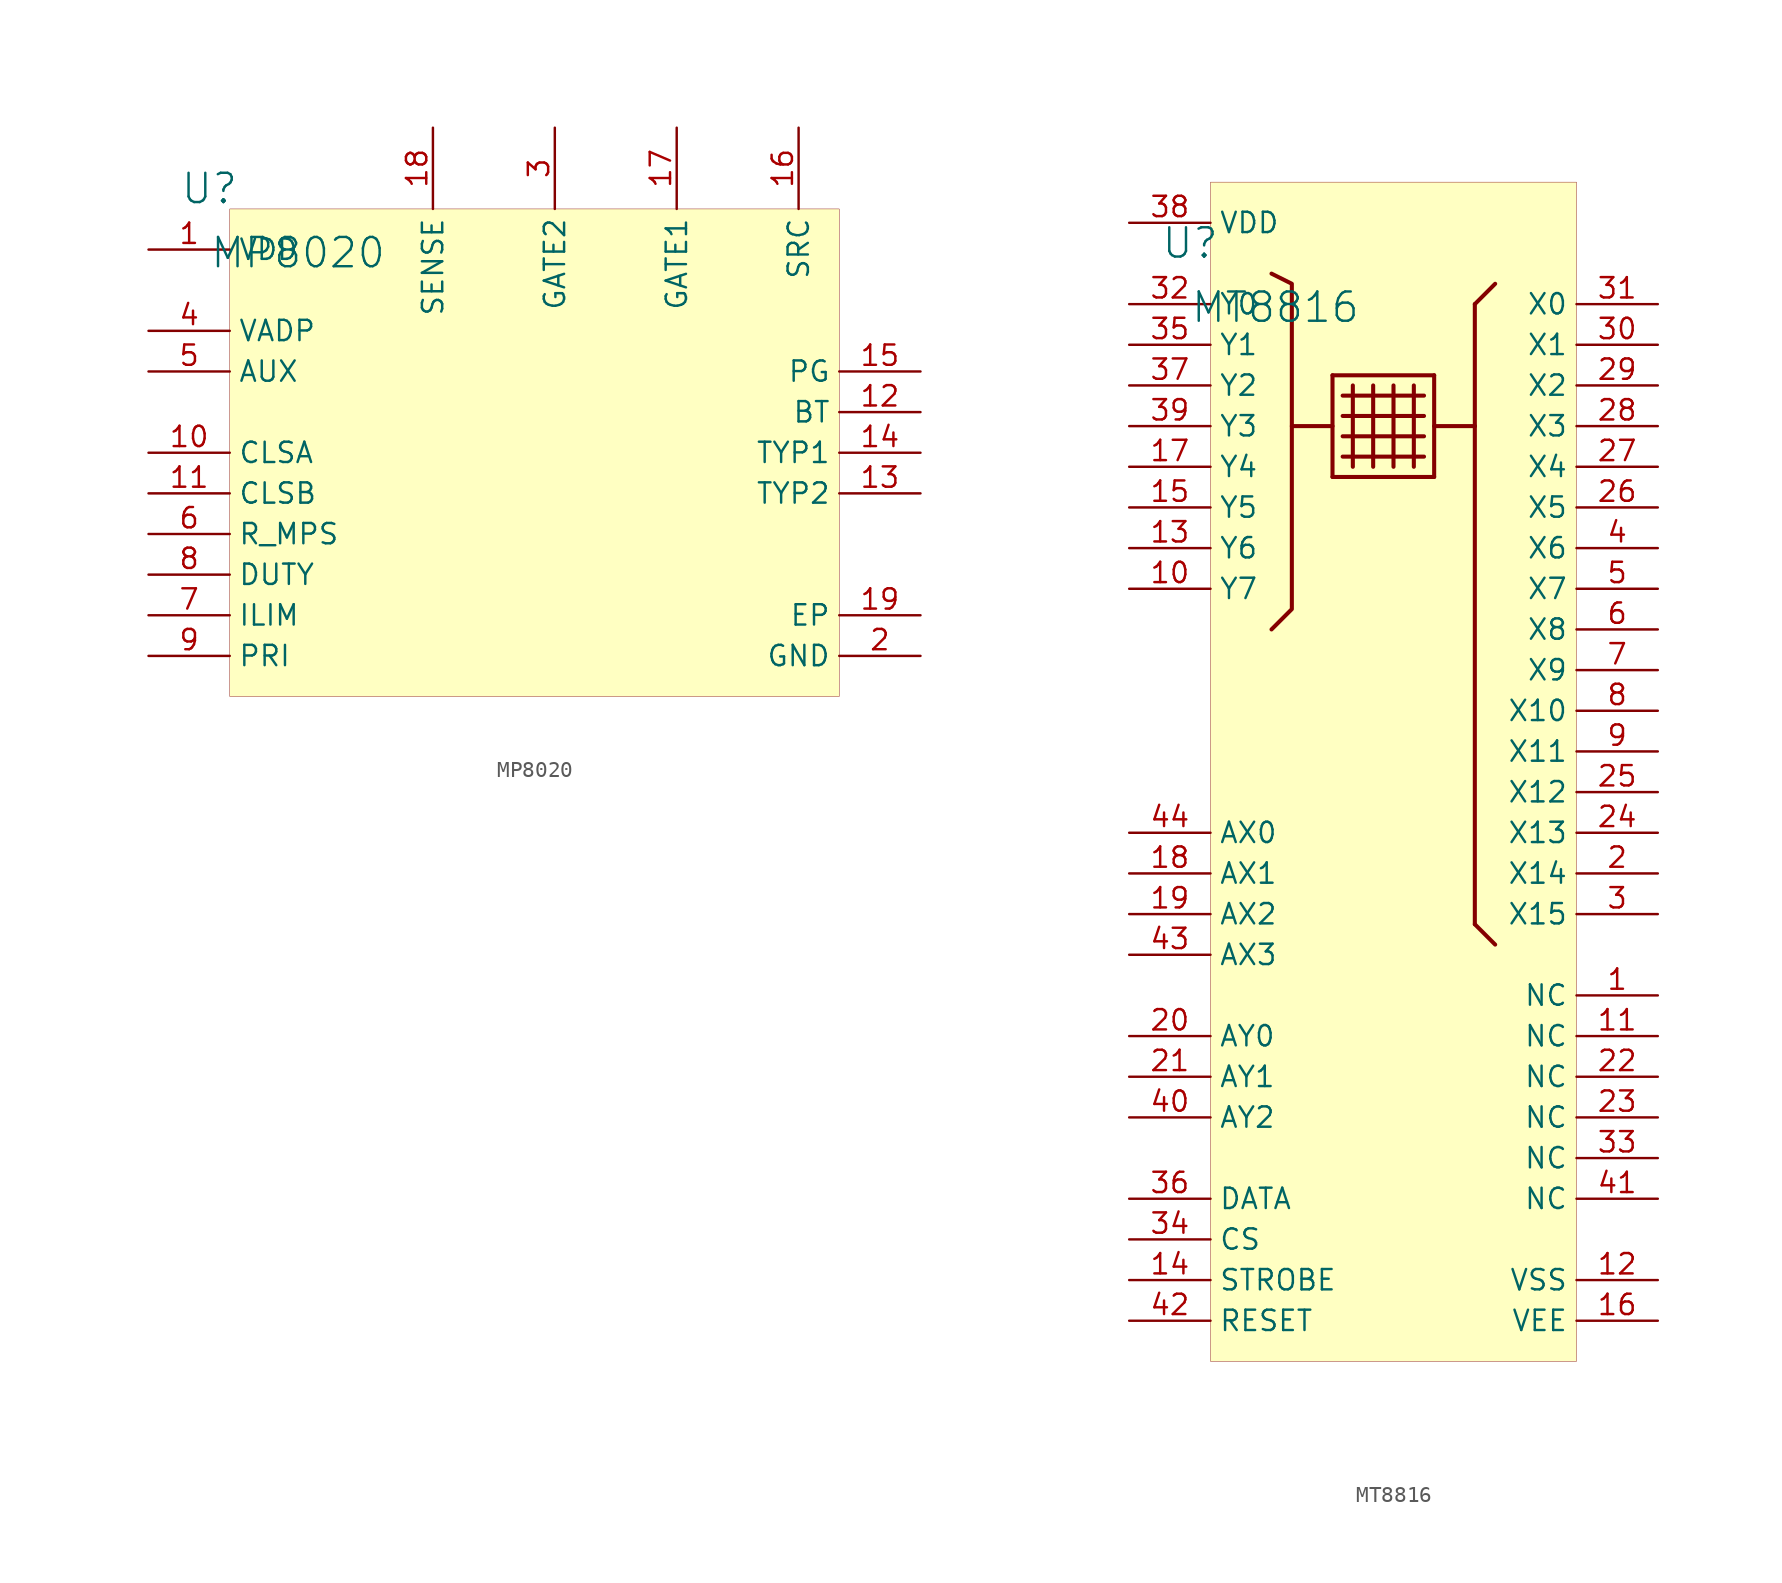
<source format=kicad_sym>
(kicad_symbol_lib
  (version 20231120)
  (generator "kicad_symbol_editor")
  (generator_version "8.0")
  (symbol "MP8020"
    (property "Reference" "U"
      (at -1.27 1.27 0)
      (effects (font (size 1.829 1.829))))
    (property "Value" "MP8020"
      (at -1.27 -3.81 0)
      (effects (font (size 1.829 1.829)) (justify left bottom)))
    (symbol "MP8020_1_0"
      (rectangle (start 38.1 0) (end 0 -30.48) (stroke (width 0.025) (type solid) (color 128 0 0 1)) (fill (type background)))
      (pin passive line (at -5.08 -2.54 0) (length 5.08) (name "VDD" (effects (font (size 1.27 1.27)))) (number "1" (effects (font (size 1.27 1.27)))))
      (pin passive line (at -5.08 -15.24 0) (length 5.08) (name "CLSA" (effects (font (size 1.27 1.27)))) (number "10" (effects (font (size 1.27 1.27)))))
      (pin passive line (at -5.08 -17.78 0) (length 5.08) (name "CLSB" (effects (font (size 1.27 1.27)))) (number "11" (effects (font (size 1.27 1.27)))))
      (pin passive line (at 43.18 -12.7 180) (length 5.08) (name "BT" (effects (font (size 1.27 1.27)))) (number "12" (effects (font (size 1.27 1.27)))))
      (pin passive line (at 43.18 -17.78 180) (length 5.08) (name "TYP2" (effects (font (size 1.27 1.27)))) (number "13" (effects (font (size 1.27 1.27)))))
      (pin passive line (at 43.18 -15.24 180) (length 5.08) (name "TYP1" (effects (font (size 1.27 1.27)))) (number "14" (effects (font (size 1.27 1.27)))))
      (pin passive line (at 43.18 -10.16 180) (length 5.08) (name "PG" (effects (font (size 1.27 1.27)))) (number "15" (effects (font (size 1.27 1.27)))))
      (pin passive line (at 35.56 5.08 270) (length 5.08) (name "SRC" (effects (font (size 1.27 1.27)))) (number "16" (effects (font (size 1.27 1.27)))))
      (pin passive line (at 27.94 5.08 270) (length 5.08) (name "GATE1" (effects (font (size 1.27 1.27)))) (number "17" (effects (font (size 1.27 1.27)))))
      (pin passive line (at 12.7 5.08 270) (length 5.08) (name "SENSE" (effects (font (size 1.27 1.27)))) (number "18" (effects (font (size 1.27 1.27)))))
      (pin passive line (at 43.18 -25.4 180) (length 5.08) (name "EP" (effects (font (size 1.27 1.27)))) (number "19" (effects (font (size 1.27 1.27)))))
      (pin passive line (at 43.18 -27.94 180) (length 5.08) (name "GND" (effects (font (size 1.27 1.27)))) (number "2" (effects (font (size 1.27 1.27)))))
      (pin passive line (at 20.32 5.08 270) (length 5.08) (name "GATE2" (effects (font (size 1.27 1.27)))) (number "3" (effects (font (size 1.27 1.27)))))
      (pin passive line (at -5.08 -7.62 0) (length 5.08) (name "VADP" (effects (font (size 1.27 1.27)))) (number "4" (effects (font (size 1.27 1.27)))))
      (pin passive line (at -5.08 -10.16 0) (length 5.08) (name "AUX" (effects (font (size 1.27 1.27)))) (number "5" (effects (font (size 1.27 1.27)))))
      (pin passive line (at -5.08 -20.32 0) (length 5.08) (name "R_MPS" (effects (font (size 1.27 1.27)))) (number "6" (effects (font (size 1.27 1.27)))))
      (pin passive line (at -5.08 -25.4 0) (length 5.08) (name "ILIM" (effects (font (size 1.27 1.27)))) (number "7" (effects (font (size 1.27 1.27)))))
      (pin passive line (at -5.08 -22.86 0) (length 5.08) (name "DUTY" (effects (font (size 1.27 1.27)))) (number "8" (effects (font (size 1.27 1.27)))))
      (pin passive line (at -5.08 -27.94 0) (length 5.08) (name "PRI" (effects (font (size 1.27 1.27)))) (number "9" (effects (font (size 1.27 1.27)))))))
  (symbol "MT8816"
    (property "Reference" "U"
      (at -1.27 1.27 0)
      (effects (font (size 1.829 1.829))))
    (property "Value" "MT8816"
      (at -1.27 -3.81 0)
      (effects (font (size 1.829 1.829)) (justify left bottom)))
    (symbol "MT8816_1_0"
      (polyline (pts (xy 5.08 -10.16) (xy 7.62 -10.16)) (stroke (width 0.254) (type solid)) (fill (type none)))
      (polyline (pts (xy 7.62 -13.335) (xy 7.62 -6.985)) (stroke (width 0.254) (type solid)) (fill (type none)))
      (polyline (pts (xy 7.62 -6.985) (xy 13.97 -6.985)) (stroke (width 0.254) (type solid)) (fill (type none)))
      (polyline (pts (xy 8.255 -10.795) (xy 13.335 -10.795)) (stroke (width 0.254) (type solid)) (fill (type none)))
      (polyline (pts (xy 8.255 -8.255) (xy 13.335 -8.255)) (stroke (width 0.254) (type solid)) (fill (type none)))
      (polyline (pts (xy 8.89 -7.62) (xy 8.89 -12.7)) (stroke (width 0.254) (type solid)) (fill (type none)))
      (polyline (pts (xy 10.16 -7.62) (xy 10.16 -12.7)) (stroke (width 0.254) (type solid)) (fill (type none)))
      (polyline (pts (xy 11.43 -7.62) (xy 11.43 -12.7)) (stroke (width 0.254) (type solid)) (fill (type none)))
      (polyline (pts (xy 12.7 -7.62) (xy 12.7 -12.7)) (stroke (width 0.254) (type solid)) (fill (type none)))
      (polyline (pts (xy 13.335 -12.065) (xy 8.255 -12.065)) (stroke (width 0.254) (type solid)) (fill (type none)))
      (polyline (pts (xy 13.335 -9.525) (xy 8.255 -9.525)) (stroke (width 0.254) (type solid)) (fill (type none)))
      (polyline (pts (xy 13.97 -13.335) (xy 7.62 -13.335)) (stroke (width 0.254) (type solid)) (fill (type none)))
      (polyline (pts (xy 13.97 -10.16) (xy 16.51 -10.16)) (stroke (width 0.254) (type solid)) (fill (type none)))
      (polyline (pts (xy 13.97 -6.985) (xy 13.97 -13.335)) (stroke (width 0.254) (type solid)) (fill (type none)))
      (polyline (pts (xy 16.51 -41.275) (xy 17.78 -42.545)) (stroke (width 0.254) (type solid)) (fill (type none)))
      (polyline (pts (xy 16.51 -10.16) (xy 16.51 -41.275)) (stroke (width 0.254) (type solid)) (fill (type none)))
      (polyline (pts (xy 16.51 -10.16) (xy 16.51 -2.54)) (stroke (width 0.254) (type solid)) (fill (type none)))
      (polyline (pts (xy 16.51 -2.54) (xy 17.78 -1.27)) (stroke (width 0.254) (type solid)) (fill (type none)))
      (polyline (pts (xy 3.81 -0.635) (xy 5.08 -1.27) (xy 5.08 -21.59) (xy 3.81 -22.86)) (stroke (width 0.254) (type solid)) (fill (type none)))
      (rectangle (start 22.86 5.08) (end 0 -68.58) (stroke (width 0.025) (type solid) (color 128 0 0 1)) (fill (type background)))
      (pin passive line (at 27.94 -45.72 180) (length 5.08) (name "NC" (effects (font (size 1.27 1.27)))) (number "1" (effects (font (size 1.27 1.27)))))
      (pin passive line (at -5.08 -20.32 0) (length 5.08) (name "Y7" (effects (font (size 1.27 1.27)))) (number "10" (effects (font (size 1.27 1.27)))))
      (pin passive line (at 27.94 -48.26 180) (length 5.08) (name "NC" (effects (font (size 1.27 1.27)))) (number "11" (effects (font (size 1.27 1.27)))))
      (pin passive line (at 27.94 -63.5 180) (length 5.08) (name "VSS" (effects (font (size 1.27 1.27)))) (number "12" (effects (font (size 1.27 1.27)))))
      (pin passive line (at -5.08 -17.78 0) (length 5.08) (name "Y6" (effects (font (size 1.27 1.27)))) (number "13" (effects (font (size 1.27 1.27)))))
      (pin passive line (at -5.08 -63.5 0) (length 5.08) (name "STROBE" (effects (font (size 1.27 1.27)))) (number "14" (effects (font (size 1.27 1.27)))))
      (pin passive line (at -5.08 -15.24 0) (length 5.08) (name "Y5" (effects (font (size 1.27 1.27)))) (number "15" (effects (font (size 1.27 1.27)))))
      (pin passive line (at 27.94 -66.04 180) (length 5.08) (name "VEE" (effects (font (size 1.27 1.27)))) (number "16" (effects (font (size 1.27 1.27)))))
      (pin passive line (at -5.08 -12.7 0) (length 5.08) (name "Y4" (effects (font (size 1.27 1.27)))) (number "17" (effects (font (size 1.27 1.27)))))
      (pin passive line (at -5.08 -38.1 0) (length 5.08) (name "AX1" (effects (font (size 1.27 1.27)))) (number "18" (effects (font (size 1.27 1.27)))))
      (pin passive line (at -5.08 -40.64 0) (length 5.08) (name "AX2" (effects (font (size 1.27 1.27)))) (number "19" (effects (font (size 1.27 1.27)))))
      (pin passive line (at 27.94 -38.1 180) (length 5.08) (name "X14" (effects (font (size 1.27 1.27)))) (number "2" (effects (font (size 1.27 1.27)))))
      (pin passive line (at -5.08 -48.26 0) (length 5.08) (name "AY0" (effects (font (size 1.27 1.27)))) (number "20" (effects (font (size 1.27 1.27)))))
      (pin passive line (at -5.08 -50.8 0) (length 5.08) (name "AY1" (effects (font (size 1.27 1.27)))) (number "21" (effects (font (size 1.27 1.27)))))
      (pin passive line (at 27.94 -50.8 180) (length 5.08) (name "NC" (effects (font (size 1.27 1.27)))) (number "22" (effects (font (size 1.27 1.27)))))
      (pin passive line (at 27.94 -53.34 180) (length 5.08) (name "NC" (effects (font (size 1.27 1.27)))) (number "23" (effects (font (size 1.27 1.27)))))
      (pin passive line (at 27.94 -35.56 180) (length 5.08) (name "X13" (effects (font (size 1.27 1.27)))) (number "24" (effects (font (size 1.27 1.27)))))
      (pin passive line (at 27.94 -33.02 180) (length 5.08) (name "X12" (effects (font (size 1.27 1.27)))) (number "25" (effects (font (size 1.27 1.27)))))
      (pin passive line (at 27.94 -15.24 180) (length 5.08) (name "X5" (effects (font (size 1.27 1.27)))) (number "26" (effects (font (size 1.27 1.27)))))
      (pin passive line (at 27.94 -12.7 180) (length 5.08) (name "X4" (effects (font (size 1.27 1.27)))) (number "27" (effects (font (size 1.27 1.27)))))
      (pin passive line (at 27.94 -10.16 180) (length 5.08) (name "X3" (effects (font (size 1.27 1.27)))) (number "28" (effects (font (size 1.27 1.27)))))
      (pin passive line (at 27.94 -7.62 180) (length 5.08) (name "X2" (effects (font (size 1.27 1.27)))) (number "29" (effects (font (size 1.27 1.27)))))
      (pin passive line (at 27.94 -40.64 180) (length 5.08) (name "X15" (effects (font (size 1.27 1.27)))) (number "3" (effects (font (size 1.27 1.27)))))
      (pin passive line (at 27.94 -5.08 180) (length 5.08) (name "X1" (effects (font (size 1.27 1.27)))) (number "30" (effects (font (size 1.27 1.27)))))
      (pin passive line (at 27.94 -2.54 180) (length 5.08) (name "X0" (effects (font (size 1.27 1.27)))) (number "31" (effects (font (size 1.27 1.27)))))
      (pin passive line (at -5.08 -2.54 0) (length 5.08) (name "Y0" (effects (font (size 1.27 1.27)))) (number "32" (effects (font (size 1.27 1.27)))))
      (pin passive line (at 27.94 -55.88 180) (length 5.08) (name "NC" (effects (font (size 1.27 1.27)))) (number "33" (effects (font (size 1.27 1.27)))))
      (pin passive line (at -5.08 -60.96 0) (length 5.08) (name "CS" (effects (font (size 1.27 1.27)))) (number "34" (effects (font (size 1.27 1.27)))))
      (pin passive line (at -5.08 -5.08 0) (length 5.08) (name "Y1" (effects (font (size 1.27 1.27)))) (number "35" (effects (font (size 1.27 1.27)))))
      (pin passive line (at -5.08 -58.42 0) (length 5.08) (name "DATA" (effects (font (size 1.27 1.27)))) (number "36" (effects (font (size 1.27 1.27)))))
      (pin passive line (at -5.08 -7.62 0) (length 5.08) (name "Y2" (effects (font (size 1.27 1.27)))) (number "37" (effects (font (size 1.27 1.27)))))
      (pin passive line (at -5.08 2.54 0) (length 5.08) (name "VDD" (effects (font (size 1.27 1.27)))) (number "38" (effects (font (size 1.27 1.27)))))
      (pin passive line (at -5.08 -10.16 0) (length 5.08) (name "Y3" (effects (font (size 1.27 1.27)))) (number "39" (effects (font (size 1.27 1.27)))))
      (pin passive line (at 27.94 -17.78 180) (length 5.08) (name "X6" (effects (font (size 1.27 1.27)))) (number "4" (effects (font (size 1.27 1.27)))))
      (pin passive line (at -5.08 -53.34 0) (length 5.08) (name "AY2" (effects (font (size 1.27 1.27)))) (number "40" (effects (font (size 1.27 1.27)))))
      (pin passive line (at 27.94 -58.42 180) (length 5.08) (name "NC" (effects (font (size 1.27 1.27)))) (number "41" (effects (font (size 1.27 1.27)))))
      (pin passive line (at -5.08 -66.04 0) (length 5.08) (name "RESET" (effects (font (size 1.27 1.27)))) (number "42" (effects (font (size 1.27 1.27)))))
      (pin passive line (at -5.08 -43.18 0) (length 5.08) (name "AX3" (effects (font (size 1.27 1.27)))) (number "43" (effects (font (size 1.27 1.27)))))
      (pin passive line (at -5.08 -35.56 0) (length 5.08) (name "AX0" (effects (font (size 1.27 1.27)))) (number "44" (effects (font (size 1.27 1.27)))))
      (pin passive line (at 27.94 -20.32 180) (length 5.08) (name "X7" (effects (font (size 1.27 1.27)))) (number "5" (effects (font (size 1.27 1.27)))))
      (pin passive line (at 27.94 -22.86 180) (length 5.08) (name "X8" (effects (font (size 1.27 1.27)))) (number "6" (effects (font (size 1.27 1.27)))))
      (pin passive line (at 27.94 -25.4 180) (length 5.08) (name "X9" (effects (font (size 1.27 1.27)))) (number "7" (effects (font (size 1.27 1.27)))))
      (pin passive line (at 27.94 -27.94 180) (length 5.08) (name "X10" (effects (font (size 1.27 1.27)))) (number "8" (effects (font (size 1.27 1.27)))))
      (pin passive line (at 27.94 -30.48 180) (length 5.08) (name "X11" (effects (font (size 1.27 1.27)))) (number "9" (effects (font (size 1.27 1.27))))))))
</source>
